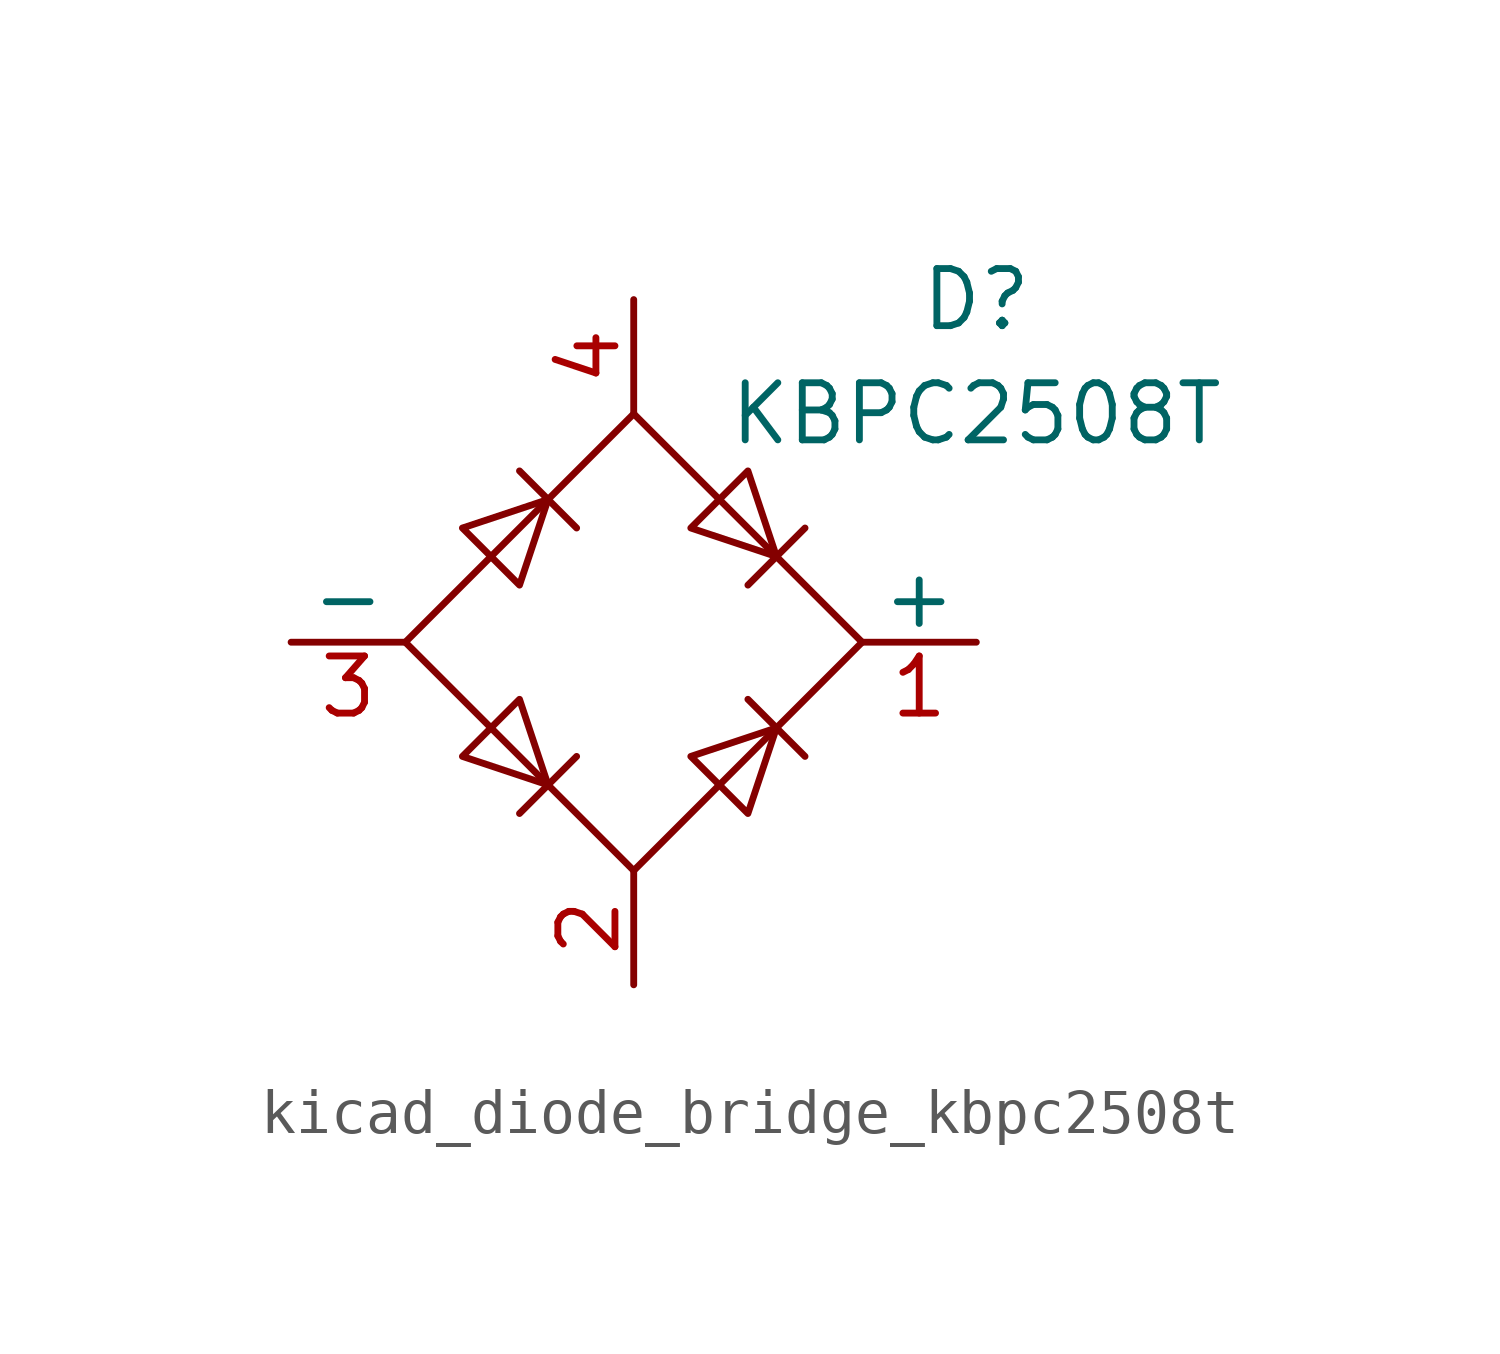
<source format=kicad_sym>
(kicad_symbol_lib
  (version 20220914)
  (generator kicad_symbol_editor)
  (symbol "kicad_diode_bridge_kbpc2508t"
    (pin_names
      (offset 0))
    (property "Reference" "D"
      (at 7.62 7.62 0)
      (effects (font (size 1.27 1.27))))
    (property "Value" "KBPC2508T"
      (at 7.62 5.08 0)
      (effects (font (size 1.27 1.27))))
    (symbol "kicad_diode_bridge_kbpc2508t_0_1"
      (polyline (pts (xy -2.54 3.81) (xy -1.27 2.54)) (stroke (width 0) (type default)) (fill (type none)))
      (polyline (pts (xy -1.27 -2.54) (xy -2.54 -3.81)) (stroke (width 0) (type default)) (fill (type none)))
      (polyline (pts (xy 2.54 -1.27) (xy 3.81 -2.54)) (stroke (width 0) (type default)) (fill (type none)))
      (polyline (pts (xy 2.54 1.27) (xy 3.81 2.54)) (stroke (width 0) (type default)) (fill (type none)))
      (polyline (pts (xy -3.81 2.54) (xy -2.54 1.27) (xy -1.905 3.175) (xy -3.81 2.54)) (stroke (width 0) (type default)) (fill (type none)))
      (polyline (pts (xy -2.54 -1.27) (xy -3.81 -2.54) (xy -1.905 -3.175) (xy -2.54 -1.27)) (stroke (width 0) (type default)) (fill (type none)))
      (polyline (pts (xy 1.27 2.54) (xy 2.54 3.81) (xy 3.175 1.905) (xy 1.27 2.54)) (stroke (width 0) (type default)) (fill (type none)))
      (polyline (pts (xy 3.175 -1.905) (xy 1.27 -2.54) (xy 2.54 -3.81) (xy 3.175 -1.905)) (stroke (width 0) (type default)) (fill (type none)))
      (polyline (pts (xy -5.08 0) (xy 0 -5.08) (xy 5.08 0) (xy 0 5.08) (xy -5.08 0)) (stroke (width 0) (type default)) (fill (type none))))
    (symbol "kicad_diode_bridge_kbpc2508t_1_1"
      (pin passive line (at 7.62 0 180) (length 2.54) (name "+" (effects (font (size 1.27 1.27)))) (number "1" (effects (font (size 1.27 1.27)))))
      (pin passive line (at 0 -7.62 90) (length 2.54) (name "~" (effects (font (size 1.27 1.27)))) (number "2" (effects (font (size 1.27 1.27)))))
      (pin passive line (at -7.62 0 0) (length 2.54) (name "-" (effects (font (size 1.27 1.27)))) (number "3" (effects (font (size 1.27 1.27)))))
      (pin passive line (at 0 7.62 270) (length 2.54) (name "~" (effects (font (size 1.27 1.27)))) (number "4" (effects (font (size 1.27 1.27))))))))
</source>
